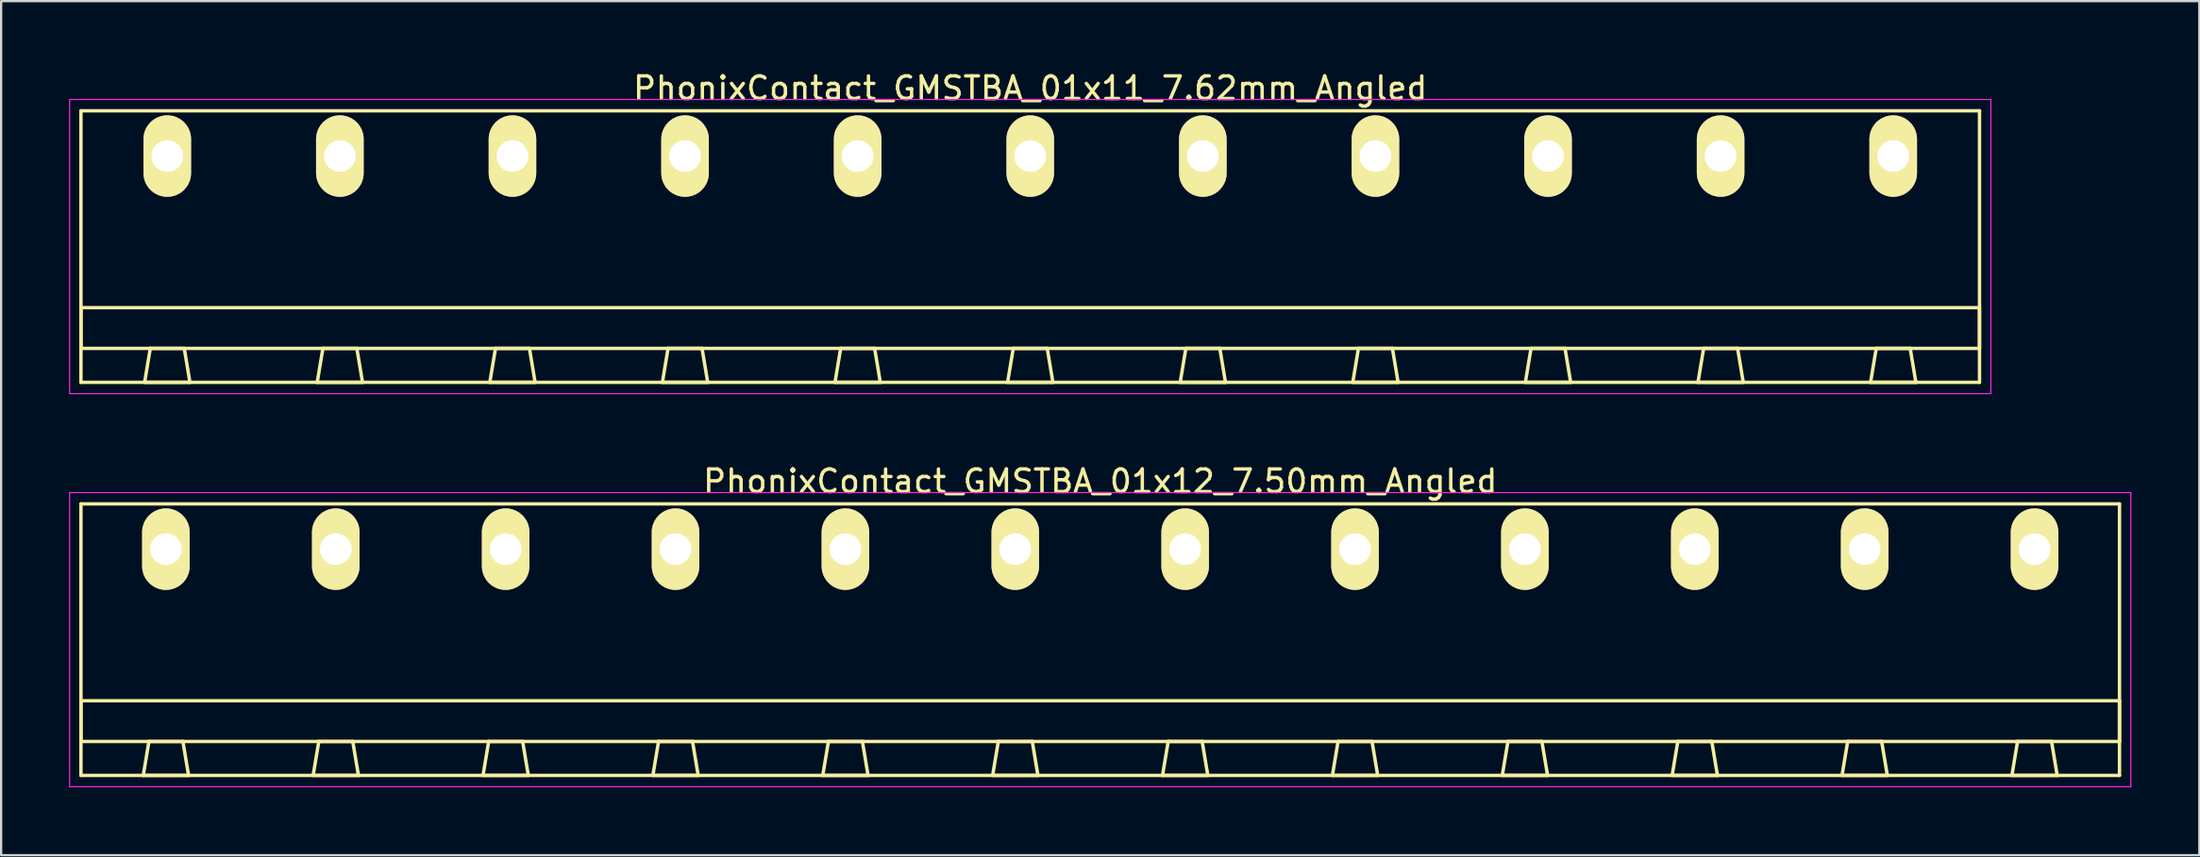
<source format=kicad_pcb>
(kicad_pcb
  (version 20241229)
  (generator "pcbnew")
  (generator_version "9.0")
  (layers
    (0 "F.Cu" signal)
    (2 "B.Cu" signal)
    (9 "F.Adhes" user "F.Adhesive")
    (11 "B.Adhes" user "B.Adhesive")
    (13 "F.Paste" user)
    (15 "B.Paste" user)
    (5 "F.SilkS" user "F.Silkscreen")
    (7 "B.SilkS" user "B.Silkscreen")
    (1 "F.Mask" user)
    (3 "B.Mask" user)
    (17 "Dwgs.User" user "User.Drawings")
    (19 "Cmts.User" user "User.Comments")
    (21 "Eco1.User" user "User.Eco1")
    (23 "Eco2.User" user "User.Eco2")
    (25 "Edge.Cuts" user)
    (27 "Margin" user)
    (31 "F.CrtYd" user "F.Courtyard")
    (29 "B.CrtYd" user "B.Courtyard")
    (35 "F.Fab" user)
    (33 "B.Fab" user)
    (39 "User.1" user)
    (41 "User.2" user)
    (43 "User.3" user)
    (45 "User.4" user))
  (footprint "PhonixContact_GMSTBA_01x11_7.62mm_Angled"
    (layer "F.Cu")
    (at 4.335 3.848)
    (property "Reference" "PhonixContact_GMSTBA_01x11_7.62mm_Angled" (at 38.1 -3 0) (layer "F.SilkS") (effects (font (size 1 1) (thickness 0.15))))
    (attr through_hole)
    (fp_line (start -3.81 -2) (end -3.81 10) (stroke (width 0.15) (type solid)) (layer "F.SilkS"))
    (fp_line (start -3.81 6.7) (end 80.01 6.7) (stroke (width 0.15) (type solid)) (layer "F.SilkS"))
    (fp_line (start -3.81 8.5) (end -3.81 6.7) (stroke (width 0.15) (type solid)) (layer "F.SilkS"))
    (fp_line (start -3.81 10) (end 80.01 10) (stroke (width 0.15) (type solid)) (layer "F.SilkS"))
    (fp_line (start -1 10) (end 1 10) (stroke (width 0.15) (type solid)) (layer "F.SilkS"))
    (fp_line (start -0.75 8.5) (end -1 10) (stroke (width 0.15) (type solid)) (layer "F.SilkS"))
    (fp_line (start 0.75 8.5) (end -0.75 8.5) (stroke (width 0.15) (type solid)) (layer "F.SilkS"))
    (fp_line (start 1 10) (end 0.75 8.5) (stroke (width 0.15) (type solid)) (layer "F.SilkS"))
    (fp_line (start 6.62 10) (end 8.62 10) (stroke (width 0.15) (type solid)) (layer "F.SilkS"))
    (fp_line (start 6.87 8.5) (end 6.62 10) (stroke (width 0.15) (type solid)) (layer "F.SilkS"))
    (fp_line (start 8.37 8.5) (end 6.87 8.5) (stroke (width 0.15) (type solid)) (layer "F.SilkS"))
    (fp_line (start 8.62 10) (end 8.37 8.5) (stroke (width 0.15) (type solid)) (layer "F.SilkS"))
    (fp_line (start 14.24 10) (end 16.24 10) (stroke (width 0.15) (type solid)) (layer "F.SilkS"))
    (fp_line (start 14.49 8.5) (end 14.24 10) (stroke (width 0.15) (type solid)) (layer "F.SilkS"))
    (fp_line (start 15.99 8.5) (end 14.49 8.5) (stroke (width 0.15) (type solid)) (layer "F.SilkS"))
    (fp_line (start 16.24 10) (end 15.99 8.5) (stroke (width 0.15) (type solid)) (layer "F.SilkS"))
    (fp_line (start 21.86 10) (end 23.86 10) (stroke (width 0.15) (type solid)) (layer "F.SilkS"))
    (fp_line (start 22.11 8.5) (end 21.86 10) (stroke (width 0.15) (type solid)) (layer "F.SilkS"))
    (fp_line (start 23.61 8.5) (end 22.11 8.5) (stroke (width 0.15) (type solid)) (layer "F.SilkS"))
    (fp_line (start 23.86 10) (end 23.61 8.5) (stroke (width 0.15) (type solid)) (layer "F.SilkS"))
    (fp_line (start 29.48 10) (end 31.48 10) (stroke (width 0.15) (type solid)) (layer "F.SilkS"))
    (fp_line (start 29.73 8.5) (end 29.48 10) (stroke (width 0.15) (type solid)) (layer "F.SilkS"))
    (fp_line (start 31.23 8.5) (end 29.73 8.5) (stroke (width 0.15) (type solid)) (layer "F.SilkS"))
    (fp_line (start 31.48 10) (end 31.23 8.5) (stroke (width 0.15) (type solid)) (layer "F.SilkS"))
    (fp_line (start 37.1 10) (end 39.1 10) (stroke (width 0.15) (type solid)) (layer "F.SilkS"))
    (fp_line (start 37.35 8.5) (end 37.1 10) (stroke (width 0.15) (type solid)) (layer "F.SilkS"))
    (fp_line (start 38.85 8.5) (end 37.35 8.5) (stroke (width 0.15) (type solid)) (layer "F.SilkS"))
    (fp_line (start 39.1 10) (end 38.85 8.5) (stroke (width 0.15) (type solid)) (layer "F.SilkS"))
    (fp_line (start 44.72 10) (end 46.72 10) (stroke (width 0.15) (type solid)) (layer "F.SilkS"))
    (fp_line (start 44.97 8.5) (end 44.72 10) (stroke (width 0.15) (type solid)) (layer "F.SilkS"))
    (fp_line (start 46.47 8.5) (end 44.97 8.5) (stroke (width 0.15) (type solid)) (layer "F.SilkS"))
    (fp_line (start 46.72 10) (end 46.47 8.5) (stroke (width 0.15) (type solid)) (layer "F.SilkS"))
    (fp_line (start 52.34 10) (end 54.34 10) (stroke (width 0.15) (type solid)) (layer "F.SilkS"))
    (fp_line (start 52.59 8.5) (end 52.34 10) (stroke (width 0.15) (type solid)) (layer "F.SilkS"))
    (fp_line (start 54.09 8.5) (end 52.59 8.5) (stroke (width 0.15) (type solid)) (layer "F.SilkS"))
    (fp_line (start 54.34 10) (end 54.09 8.5) (stroke (width 0.15) (type solid)) (layer "F.SilkS"))
    (fp_line (start 59.96 10) (end 61.96 10) (stroke (width 0.15) (type solid)) (layer "F.SilkS"))
    (fp_line (start 60.21 8.5) (end 59.96 10) (stroke (width 0.15) (type solid)) (layer "F.SilkS"))
    (fp_line (start 61.71 8.5) (end 60.21 8.5) (stroke (width 0.15) (type solid)) (layer "F.SilkS"))
    (fp_line (start 61.96 10) (end 61.71 8.5) (stroke (width 0.15) (type solid)) (layer "F.SilkS"))
    (fp_line (start 67.58 10) (end 69.58 10) (stroke (width 0.15) (type solid)) (layer "F.SilkS"))
    (fp_line (start 67.83 8.5) (end 67.58 10) (stroke (width 0.15) (type solid)) (layer "F.SilkS"))
    (fp_line (start 69.33 8.5) (end 67.83 8.5) (stroke (width 0.15) (type solid)) (layer "F.SilkS"))
    (fp_line (start 69.58 10) (end 69.33 8.5) (stroke (width 0.15) (type solid)) (layer "F.SilkS"))
    (fp_line (start 75.2 10) (end 77.2 10) (stroke (width 0.15) (type solid)) (layer "F.SilkS"))
    (fp_line (start 75.45 8.5) (end 75.2 10) (stroke (width 0.15) (type solid)) (layer "F.SilkS"))
    (fp_line (start 76.95 8.5) (end 75.45 8.5) (stroke (width 0.15) (type solid)) (layer "F.SilkS"))
    (fp_line (start 77.2 10) (end 76.95 8.5) (stroke (width 0.15) (type solid)) (layer "F.SilkS"))
    (fp_line (start 80.01 -2) (end -3.81 -2) (stroke (width 0.15) (type solid)) (layer "F.SilkS"))
    (fp_line (start 80.01 6.7) (end 80.01 8.5) (stroke (width 0.15) (type solid)) (layer "F.SilkS"))
    (fp_line (start 80.01 8.5) (end -3.81 8.5) (stroke (width 0.15) (type solid)) (layer "F.SilkS"))
    (fp_line (start 80.01 10) (end 80.01 -2) (stroke (width 0.15) (type solid)) (layer "F.SilkS"))
    (fp_line (start -4.31 -2.5) (end -4.31 10.5) (stroke (width 0.05) (type solid)) (layer "F.CrtYd"))
    (fp_line (start -4.31 10.5) (end 80.51 10.5) (stroke (width 0.05) (type solid)) (layer "F.CrtYd"))
    (fp_line (start 80.51 -2.5) (end -4.31 -2.5) (stroke (width 0.05) (type solid)) (layer "F.CrtYd"))
    (fp_line (start 80.51 10.5) (end 80.51 -2.5) (stroke (width 0.05) (type solid)) (layer "F.CrtYd"))
    (pad "1" thru_hole oval (at 0 0) (size 2.1 3.6) (drill 1.4) (layers "*.Cu" "*.Mask" "F.SilkS"))
    (pad "2" thru_hole oval (at 7.62 0) (size 2.1 3.6) (drill 1.4) (layers "*.Cu" "*.Mask" "F.SilkS"))
    (pad "3" thru_hole oval (at 15.24 0) (size 2.1 3.6) (drill 1.4) (layers "*.Cu" "*.Mask" "F.SilkS"))
    (pad "4" thru_hole oval (at 22.86 0) (size 2.1 3.6) (drill 1.4) (layers "*.Cu" "*.Mask" "F.SilkS"))
    (pad "5" thru_hole oval (at 30.48 0) (size 2.1 3.6) (drill 1.4) (layers "*.Cu" "*.Mask" "F.SilkS"))
    (pad "6" thru_hole oval (at 38.1 0) (size 2.1 3.6) (drill 1.4) (layers "*.Cu" "*.Mask" "F.SilkS"))
    (pad "7" thru_hole oval (at 45.72 0) (size 2.1 3.6) (drill 1.4) (layers "*.Cu" "*.Mask" "F.SilkS"))
    (pad "8" thru_hole oval (at 53.34 0) (size 2.1 3.6) (drill 1.4) (layers "*.Cu" "*.Mask" "F.SilkS"))
    (pad "9" thru_hole oval (at 60.96 0) (size 2.1 3.6) (drill 1.4) (layers "*.Cu" "*.Mask" "F.SilkS"))
    (pad "10" thru_hole oval (at 68.58 0) (size 2.1 3.6) (drill 1.4) (layers "*.Cu" "*.Mask" "F.SilkS"))
    (pad "11" thru_hole oval (at 76.2 0) (size 2.1 3.6) (drill 1.4) (layers "*.Cu" "*.Mask" "F.SilkS")))
  (footprint "PhonixContact_GMSTBA_01x12_7.50mm_Angled"
    (layer "F.Cu")
    (at 4.275 21.221)
    (property "Reference" "PhonixContact_GMSTBA_01x12_7.50mm_Angled" (at 41.25 -3 0) (layer "F.SilkS") (effects (font (size 1 1) (thickness 0.15))))
    (attr through_hole)
    (fp_line (start -3.75 -2) (end -3.75 10) (stroke (width 0.15) (type solid)) (layer "F.SilkS"))
    (fp_line (start -3.75 6.7) (end 86.25 6.7) (stroke (width 0.15) (type solid)) (layer "F.SilkS"))
    (fp_line (start -3.75 8.5) (end -3.75 6.7) (stroke (width 0.15) (type solid)) (layer "F.SilkS"))
    (fp_line (start -3.75 10) (end 86.25 10) (stroke (width 0.15) (type solid)) (layer "F.SilkS"))
    (fp_line (start -1 10) (end 1 10) (stroke (width 0.15) (type solid)) (layer "F.SilkS"))
    (fp_line (start -0.75 8.5) (end -1 10) (stroke (width 0.15) (type solid)) (layer "F.SilkS"))
    (fp_line (start 0.75 8.5) (end -0.75 8.5) (stroke (width 0.15) (type solid)) (layer "F.SilkS"))
    (fp_line (start 1 10) (end 0.75 8.5) (stroke (width 0.15) (type solid)) (layer "F.SilkS"))
    (fp_line (start 6.5 10) (end 8.5 10) (stroke (width 0.15) (type solid)) (layer "F.SilkS"))
    (fp_line (start 6.75 8.5) (end 6.5 10) (stroke (width 0.15) (type solid)) (layer "F.SilkS"))
    (fp_line (start 8.25 8.5) (end 6.75 8.5) (stroke (width 0.15) (type solid)) (layer "F.SilkS"))
    (fp_line (start 8.5 10) (end 8.25 8.5) (stroke (width 0.15) (type solid)) (layer "F.SilkS"))
    (fp_line (start 14 10) (end 16 10) (stroke (width 0.15) (type solid)) (layer "F.SilkS"))
    (fp_line (start 14.25 8.5) (end 14 10) (stroke (width 0.15) (type solid)) (layer "F.SilkS"))
    (fp_line (start 15.75 8.5) (end 14.25 8.5) (stroke (width 0.15) (type solid)) (layer "F.SilkS"))
    (fp_line (start 16 10) (end 15.75 8.5) (stroke (width 0.15) (type solid)) (layer "F.SilkS"))
    (fp_line (start 21.5 10) (end 23.5 10) (stroke (width 0.15) (type solid)) (layer "F.SilkS"))
    (fp_line (start 21.75 8.5) (end 21.5 10) (stroke (width 0.15) (type solid)) (layer "F.SilkS"))
    (fp_line (start 23.25 8.5) (end 21.75 8.5) (stroke (width 0.15) (type solid)) (layer "F.SilkS"))
    (fp_line (start 23.5 10) (end 23.25 8.5) (stroke (width 0.15) (type solid)) (layer "F.SilkS"))
    (fp_line (start 29 10) (end 31 10) (stroke (width 0.15) (type solid)) (layer "F.SilkS"))
    (fp_line (start 29.25 8.5) (end 29 10) (stroke (width 0.15) (type solid)) (layer "F.SilkS"))
    (fp_line (start 30.75 8.5) (end 29.25 8.5) (stroke (width 0.15) (type solid)) (layer "F.SilkS"))
    (fp_line (start 31 10) (end 30.75 8.5) (stroke (width 0.15) (type solid)) (layer "F.SilkS"))
    (fp_line (start 36.5 10) (end 38.5 10) (stroke (width 0.15) (type solid)) (layer "F.SilkS"))
    (fp_line (start 36.75 8.5) (end 36.5 10) (stroke (width 0.15) (type solid)) (layer "F.SilkS"))
    (fp_line (start 38.25 8.5) (end 36.75 8.5) (stroke (width 0.15) (type solid)) (layer "F.SilkS"))
    (fp_line (start 38.5 10) (end 38.25 8.5) (stroke (width 0.15) (type solid)) (layer "F.SilkS"))
    (fp_line (start 44 10) (end 46 10) (stroke (width 0.15) (type solid)) (layer "F.SilkS"))
    (fp_line (start 44.25 8.5) (end 44 10) (stroke (width 0.15) (type solid)) (layer "F.SilkS"))
    (fp_line (start 45.75 8.5) (end 44.25 8.5) (stroke (width 0.15) (type solid)) (layer "F.SilkS"))
    (fp_line (start 46 10) (end 45.75 8.5) (stroke (width 0.15) (type solid)) (layer "F.SilkS"))
    (fp_line (start 51.5 10) (end 53.5 10) (stroke (width 0.15) (type solid)) (layer "F.SilkS"))
    (fp_line (start 51.75 8.5) (end 51.5 10) (stroke (width 0.15) (type solid)) (layer "F.SilkS"))
    (fp_line (start 53.25 8.5) (end 51.75 8.5) (stroke (width 0.15) (type solid)) (layer "F.SilkS"))
    (fp_line (start 53.5 10) (end 53.25 8.5) (stroke (width 0.15) (type solid)) (layer "F.SilkS"))
    (fp_line (start 59 10) (end 61 10) (stroke (width 0.15) (type solid)) (layer "F.SilkS"))
    (fp_line (start 59.25 8.5) (end 59 10) (stroke (width 0.15) (type solid)) (layer "F.SilkS"))
    (fp_line (start 60.75 8.5) (end 59.25 8.5) (stroke (width 0.15) (type solid)) (layer "F.SilkS"))
    (fp_line (start 61 10) (end 60.75 8.5) (stroke (width 0.15) (type solid)) (layer "F.SilkS"))
    (fp_line (start 66.5 10) (end 68.5 10) (stroke (width 0.15) (type solid)) (layer "F.SilkS"))
    (fp_line (start 66.75 8.5) (end 66.5 10) (stroke (width 0.15) (type solid)) (layer "F.SilkS"))
    (fp_line (start 68.25 8.5) (end 66.75 8.5) (stroke (width 0.15) (type solid)) (layer "F.SilkS"))
    (fp_line (start 68.5 10) (end 68.25 8.5) (stroke (width 0.15) (type solid)) (layer "F.SilkS"))
    (fp_line (start 74 10) (end 76 10) (stroke (width 0.15) (type solid)) (layer "F.SilkS"))
    (fp_line (start 74.25 8.5) (end 74 10) (stroke (width 0.15) (type solid)) (layer "F.SilkS"))
    (fp_line (start 75.75 8.5) (end 74.25 8.5) (stroke (width 0.15) (type solid)) (layer "F.SilkS"))
    (fp_line (start 76 10) (end 75.75 8.5) (stroke (width 0.15) (type solid)) (layer "F.SilkS"))
    (fp_line (start 81.5 10) (end 83.5 10) (stroke (width 0.15) (type solid)) (layer "F.SilkS"))
    (fp_line (start 81.75 8.5) (end 81.5 10) (stroke (width 0.15) (type solid)) (layer "F.SilkS"))
    (fp_line (start 83.25 8.5) (end 81.75 8.5) (stroke (width 0.15) (type solid)) (layer "F.SilkS"))
    (fp_line (start 83.5 10) (end 83.25 8.5) (stroke (width 0.15) (type solid)) (layer "F.SilkS"))
    (fp_line (start 86.25 -2) (end -3.75 -2) (stroke (width 0.15) (type solid)) (layer "F.SilkS"))
    (fp_line (start 86.25 6.7) (end 86.25 8.5) (stroke (width 0.15) (type solid)) (layer "F.SilkS"))
    (fp_line (start 86.25 8.5) (end -3.75 8.5) (stroke (width 0.15) (type solid)) (layer "F.SilkS"))
    (fp_line (start 86.25 10) (end 86.25 -2) (stroke (width 0.15) (type solid)) (layer "F.SilkS"))
    (fp_line (start -4.25 -2.5) (end -4.25 10.5) (stroke (width 0.05) (type solid)) (layer "F.CrtYd"))
    (fp_line (start -4.25 10.5) (end 86.75 10.5) (stroke (width 0.05) (type solid)) (layer "F.CrtYd"))
    (fp_line (start 86.75 -2.5) (end -4.25 -2.5) (stroke (width 0.05) (type solid)) (layer "F.CrtYd"))
    (fp_line (start 86.75 10.5) (end 86.75 -2.5) (stroke (width 0.05) (type solid)) (layer "F.CrtYd"))
    (pad "1" thru_hole oval (at 0 0) (size 2.1 3.6) (drill 1.4) (layers "*.Cu" "*.Mask" "F.SilkS"))
    (pad "2" thru_hole oval (at 7.5 0) (size 2.1 3.6) (drill 1.4) (layers "*.Cu" "*.Mask" "F.SilkS"))
    (pad "3" thru_hole oval (at 15 0) (size 2.1 3.6) (drill 1.4) (layers "*.Cu" "*.Mask" "F.SilkS"))
    (pad "4" thru_hole oval (at 22.5 0) (size 2.1 3.6) (drill 1.4) (layers "*.Cu" "*.Mask" "F.SilkS"))
    (pad "5" thru_hole oval (at 30 0) (size 2.1 3.6) (drill 1.4) (layers "*.Cu" "*.Mask" "F.SilkS"))
    (pad "6" thru_hole oval (at 37.5 0) (size 2.1 3.6) (drill 1.4) (layers "*.Cu" "*.Mask" "F.SilkS"))
    (pad "7" thru_hole oval (at 45 0) (size 2.1 3.6) (drill 1.4) (layers "*.Cu" "*.Mask" "F.SilkS"))
    (pad "8" thru_hole oval (at 52.5 0) (size 2.1 3.6) (drill 1.4) (layers "*.Cu" "*.Mask" "F.SilkS"))
    (pad "9" thru_hole oval (at 60 0) (size 2.1 3.6) (drill 1.4) (layers "*.Cu" "*.Mask" "F.SilkS"))
    (pad "10" thru_hole oval (at 67.5 0) (size 2.1 3.6) (drill 1.4) (layers "*.Cu" "*.Mask" "F.SilkS"))
    (pad "11" thru_hole oval (at 75 0) (size 2.1 3.6) (drill 1.4) (layers "*.Cu" "*.Mask" "F.SilkS"))
    (pad "12" thru_hole oval (at 82.5 0) (size 2.1 3.6) (drill 1.4) (layers "*.Cu" "*.Mask" "F.SilkS")))
  (gr_rect
    (start -3 -3)
    (end 94.05 34.746)
    (stroke (width 0.1) (type default))
    (fill no)
    (layer "Edge.Cuts")))
</source>
